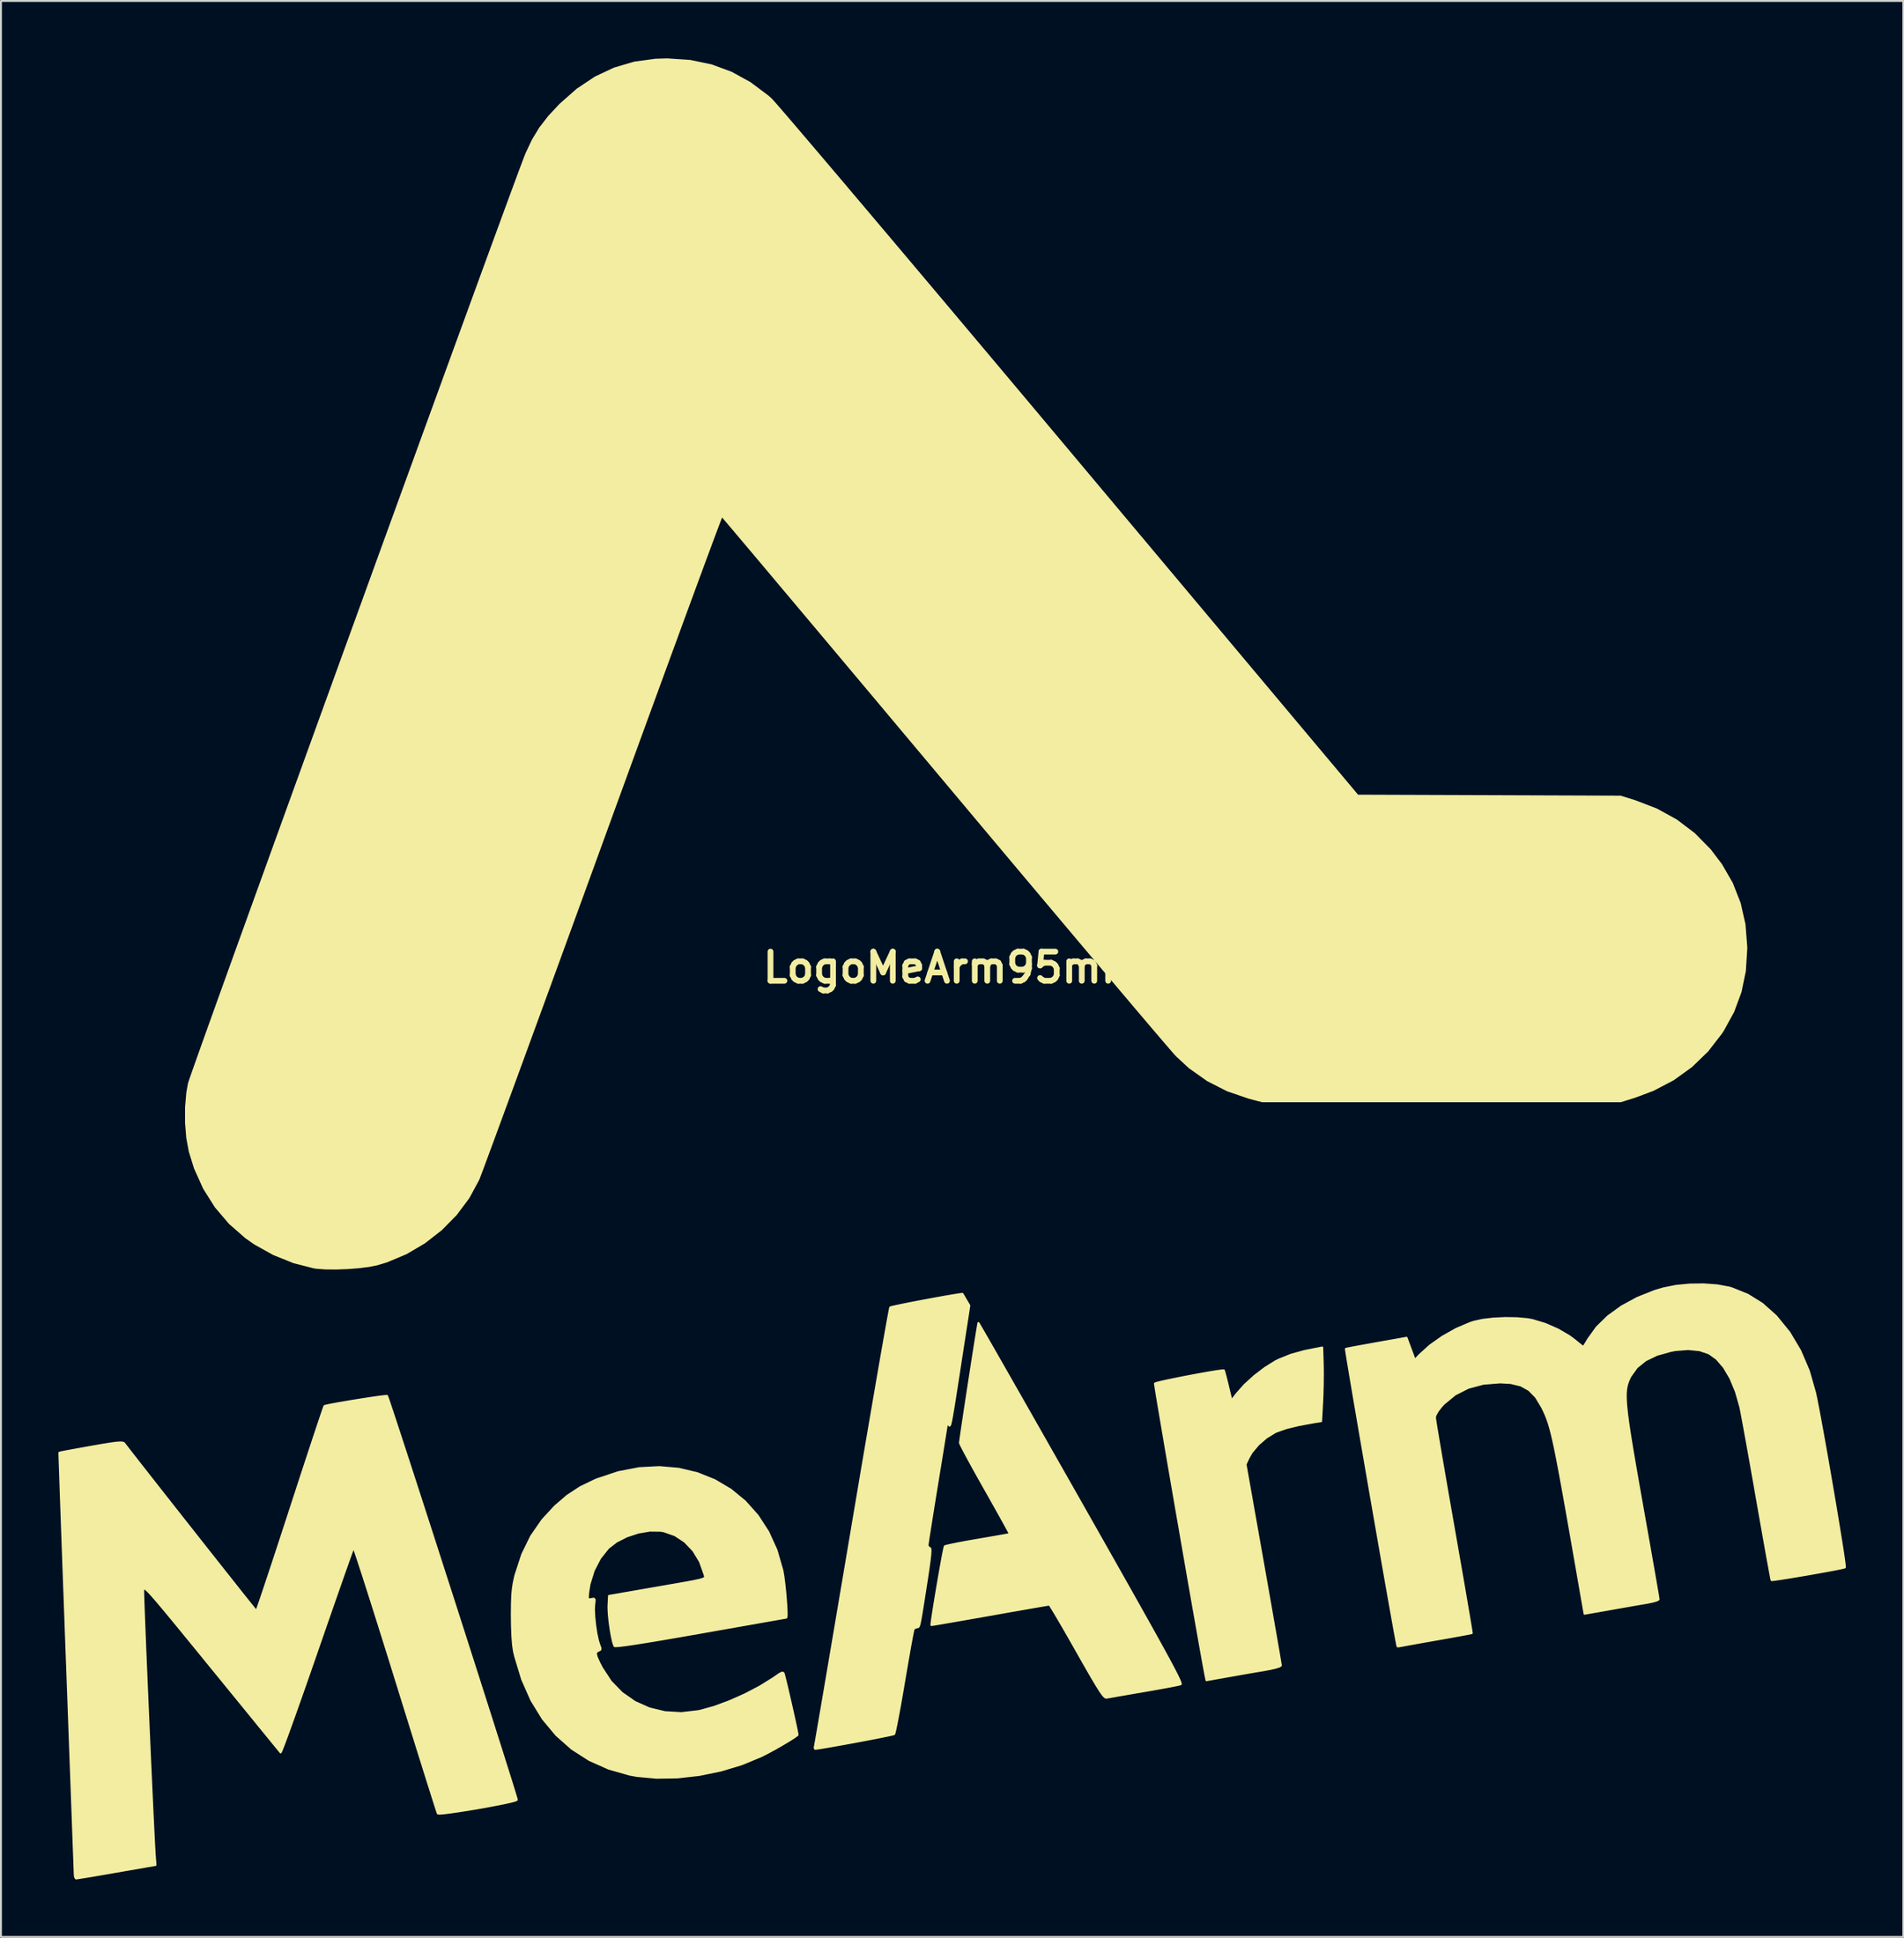
<source format=kicad_pcb>
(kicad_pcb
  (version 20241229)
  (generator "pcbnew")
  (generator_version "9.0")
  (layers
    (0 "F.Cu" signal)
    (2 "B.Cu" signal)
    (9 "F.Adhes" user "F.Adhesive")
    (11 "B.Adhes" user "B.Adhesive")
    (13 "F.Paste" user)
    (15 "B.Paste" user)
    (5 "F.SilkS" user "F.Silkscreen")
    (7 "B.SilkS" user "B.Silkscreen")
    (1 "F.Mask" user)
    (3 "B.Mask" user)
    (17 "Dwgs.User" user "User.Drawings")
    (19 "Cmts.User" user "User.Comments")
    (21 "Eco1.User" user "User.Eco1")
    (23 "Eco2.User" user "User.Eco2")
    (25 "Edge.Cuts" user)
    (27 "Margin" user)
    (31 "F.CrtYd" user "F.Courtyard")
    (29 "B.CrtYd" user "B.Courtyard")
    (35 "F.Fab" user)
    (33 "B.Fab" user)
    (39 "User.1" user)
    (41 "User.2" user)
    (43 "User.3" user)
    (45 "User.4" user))
  (footprint "LogoMeArm95mm"
    (layer "F.Cu")
    (at 46.662 47.492)
    (property "Reference" "LogoMeArm95mm" (at 0 0 0) (layer "F.SilkS") (effects (font (size 1.524 1.524) (thickness 0.3))))
    (attr through_hole)
    (fp_poly (pts (xy 19.38 21.213) (xy 19.374 21.774) (xy 19.359 22.336) (xy 19.344 22.663) (xy 19.288 23.695) (xy 18.936 23.75) (xy 18.116 23.9) (xy 17.457 24.062) (xy 16.961 24.236) (xy 16.87 24.279) (xy 16.42 24.558) (xy 16.001 24.923) (xy 15.663 25.327) (xy 15.509 25.592) (xy 15.341 25.95) (xy 16.263 31.157) (xy 16.425 32.075) (xy 16.578 32.945) (xy 16.72 33.751) (xy 16.847 34.479) (xy 16.958 35.116) (xy 17.05 35.646) (xy 17.12 36.055) (xy 17.166 36.329) (xy 17.186 36.453) (xy 17.186 36.458) (xy 17.108 36.511) (xy 16.894 36.578) (xy 16.575 36.649) (xy 16.32 36.696) (xy 15.87 36.772) (xy 15.33 36.865) (xy 14.774 36.963) (xy 14.376 37.033) (xy 13.3 37.226) (xy 13.254 37.007) (xy 13.215 36.804) (xy 13.151 36.46) (xy 13.066 35.987) (xy 12.961 35.402) (xy 12.84 34.717) (xy 12.704 33.947) (xy 12.556 33.106) (xy 12.399 32.21) (xy 12.236 31.271) (xy 12.068 30.305) (xy 11.898 29.325) (xy 11.728 28.347) (xy 11.562 27.383) (xy 11.401 26.45) (xy 11.248 25.56) (xy 11.106 24.728) (xy 10.977 23.969) (xy 10.863 23.297) (xy 10.767 22.726) (xy 10.691 22.27) (xy 10.639 21.944) (xy 10.611 21.762) (xy 10.608 21.728) (xy 10.693 21.694) (xy 10.916 21.637) (xy 11.246 21.564) (xy 11.654 21.479) (xy 12.111 21.388) (xy 12.586 21.297) (xy 13.049 21.211) (xy 13.473 21.137) (xy 13.825 21.08) (xy 14.078 21.045) (xy 14.201 21.038) (xy 14.207 21.04) (xy 14.236 21.127) (xy 14.294 21.34) (xy 14.371 21.644) (xy 14.418 21.839) (xy 14.605 22.616) (xy 14.885 22.251) (xy 15.291 21.795) (xy 15.801 21.331) (xy 16.359 20.905) (xy 16.907 20.564) (xy 17.06 20.486) (xy 17.706 20.226) (xy 18.412 20.029) (xy 18.542 20.002) (xy 19.346 19.845) (xy 19.374 20.739) (xy 19.38 21.213)) (stroke (width 0.1) (type solid)) (fill yes) (layer "F.SilkS"))
    (fp_poly (pts (xy 0.915 17.653) (xy 0.457 20.616) (xy 0.327 21.462) (xy 0.219 22.154) (xy 0.132 22.708) (xy 0.062 23.138) (xy 0.007 23.458) (xy -0.035 23.683) (xy -0.069 23.827) (xy -0.096 23.904) (xy -0.12 23.93) (xy -0.143 23.918) (xy -0.167 23.882) (xy -0.174 23.872) (xy -0.239 23.795) (xy -0.253 23.806) (xy -0.266 23.9) (xy -0.304 24.142) (xy -0.364 24.514) (xy -0.441 24.996) (xy -0.534 25.57) (xy -0.64 26.217) (xy -0.754 26.918) (xy -0.762 26.966) (xy -0.877 27.674) (xy -0.983 28.331) (xy -1.077 28.919) (xy -1.156 29.418) (xy -1.216 29.808) (xy -1.255 30.072) (xy -1.27 30.188) (xy -1.27 30.19) (xy -1.207 30.298) (xy -1.157 30.311) (xy -1.124 30.345) (xy -1.112 30.458) (xy -1.124 30.667) (xy -1.16 30.991) (xy -1.223 31.444) (xy -1.314 32.046) (xy -1.324 32.11) (xy -1.431 32.797) (xy -1.516 33.336) (xy -1.582 33.744) (xy -1.633 34.039) (xy -1.673 34.239) (xy -1.705 34.363) (xy -1.735 34.429) (xy -1.765 34.455) (xy -1.799 34.46) (xy -1.819 34.459) (xy -1.963 34.515) (xy -1.992 34.547) (xy -2.018 34.649) (xy -2.069 34.898) (xy -2.139 35.273) (xy -2.225 35.752) (xy -2.324 36.316) (xy -2.431 36.944) (xy -2.492 37.303) (xy -2.603 37.955) (xy -2.708 38.555) (xy -2.805 39.08) (xy -2.888 39.51) (xy -2.954 39.826) (xy -2.999 40.007) (xy -3.014 40.04) (xy -3.108 40.068) (xy -3.34 40.119) (xy -3.684 40.19) (xy -4.11 40.274) (xy -4.592 40.366) (xy -5.1 40.461) (xy -5.608 40.554) (xy -6.087 40.64) (xy -6.508 40.714) (xy -6.845 40.77) (xy -7.069 40.803) (xy -7.142 40.809) (xy -7.166 40.747) (xy -7.156 40.703) (xy -7.138 40.609) (xy -7.094 40.357) (xy -7.024 39.957) (xy -6.932 39.419) (xy -6.818 38.754) (xy -6.684 37.969) (xy -6.532 37.076) (xy -6.363 36.084) (xy -6.18 35.002) (xy -5.983 33.84) (xy -5.775 32.609) (xy -5.556 31.317) (xy -5.33 29.974) (xy -5.201 29.21) (xy -4.97 27.844) (xy -4.747 26.524) (xy -4.532 25.259) (xy -4.327 24.059) (xy -4.134 22.934) (xy -3.955 21.893) (xy -3.792 20.947) (xy -3.645 20.104) (xy -3.517 19.374) (xy -3.409 18.768) (xy -3.324 18.294) (xy -3.262 17.962) (xy -3.226 17.783) (xy -3.217 17.752) (xy -3.126 17.723) (xy -2.898 17.672) (xy -2.564 17.602) (xy -2.151 17.52) (xy -1.688 17.43) (xy -1.204 17.339) (xy -0.727 17.252) (xy -0.287 17.173) (xy 0.089 17.109) (xy 0.371 17.064) (xy 0.531 17.044) (xy 0.557 17.046) (xy 0.6 17.12) (xy 0.699 17.289) (xy 0.739 17.357) (xy 0.915 17.653)) (stroke (width 0.1) (type solid)) (fill yes) (layer "F.SilkS"))
    (fp_poly (pts (xy 11.959 37.421) (xy 11.95 37.438) (xy 11.828 37.469) (xy 11.565 37.523) (xy 11.19 37.594) (xy 10.727 37.678) (xy 10.205 37.77) (xy 10.033 37.799) (xy 9.495 37.891) (xy 9.007 37.976) (xy 8.595 38.047) (xy 8.286 38.102) (xy 8.109 38.134) (xy 8.086 38.139) (xy 8.029 38.131) (xy 7.955 38.076) (xy 7.857 37.96) (xy 7.725 37.769) (xy 7.55 37.49) (xy 7.323 37.108) (xy 7.035 36.611) (xy 6.678 35.984) (xy 6.531 35.724) (xy 6.199 35.14) (xy 5.892 34.605) (xy 5.621 34.137) (xy 5.395 33.754) (xy 5.225 33.472) (xy 5.121 33.309) (xy 5.092 33.275) (xy 4.999 33.29) (xy 4.758 33.331) (xy 4.388 33.394) (xy 3.909 33.478) (xy 3.338 33.578) (xy 2.695 33.691) (xy 1.998 33.814) (xy 1.99 33.816) (xy 1.295 33.938) (xy 0.656 34.051) (xy 0.09 34.149) (xy -0.384 34.231) (xy -0.747 34.293) (xy -0.981 34.332) (xy -1.067 34.344) (xy -1.067 34.344) (xy -1.062 34.252) (xy -1.031 34.022) (xy -0.98 33.681) (xy -0.913 33.257) (xy -0.834 32.778) (xy -0.749 32.272) (xy -0.662 31.767) (xy -0.578 31.29) (xy -0.502 30.87) (xy -0.438 30.534) (xy -0.391 30.311) (xy -0.367 30.228) (xy -0.265 30.196) (xy -0.023 30.141) (xy 0.333 30.069) (xy 0.777 29.986) (xy 1.281 29.898) (xy 1.355 29.885) (xy 1.861 29.798) (xy 2.307 29.721) (xy 2.666 29.657) (xy 2.914 29.612) (xy 3.025 29.59) (xy 3.028 29.589) (xy 2.994 29.514) (xy 2.885 29.311) (xy 2.712 28.995) (xy 2.485 28.586) (xy 2.213 28.1) (xy 1.906 27.555) (xy 1.737 27.257) (xy 1.414 26.684) (xy 1.12 26.156) (xy 0.865 25.69) (xy 0.658 25.307) (xy 0.511 25.023) (xy 0.433 24.859) (xy 0.423 24.828) (xy 0.436 24.721) (xy 0.471 24.472) (xy 0.524 24.103) (xy 0.594 23.638) (xy 0.675 23.099) (xy 0.765 22.508) (xy 0.86 21.888) (xy 0.957 21.26) (xy 1.052 20.649) (xy 1.141 20.076) (xy 1.222 19.563) (xy 1.291 19.133) (xy 1.344 18.81) (xy 1.378 18.614) (xy 1.388 18.565) (xy 1.432 18.635) (xy 1.553 18.843) (xy 1.749 19.182) (xy 2.013 19.641) (xy 2.34 20.213) (xy 2.726 20.889) (xy 3.166 21.661) (xy 3.655 22.518) (xy 4.187 23.453) (xy 4.758 24.458) (xy 5.363 25.523) (xy 5.997 26.639) (xy 6.655 27.798) (xy 6.748 27.963) (xy 7.545 29.368) (xy 8.261 30.633) (xy 8.9 31.765) (xy 9.467 32.77) (xy 9.964 33.655) (xy 10.396 34.427) (xy 10.767 35.094) (xy 11.079 35.661) (xy 11.338 36.135) (xy 11.545 36.524) (xy 11.707 36.834) (xy 11.825 37.072) (xy 11.904 37.245) (xy 11.947 37.359) (xy 11.959 37.421)) (stroke (width 0.1) (type solid)) (fill yes) (layer "F.SilkS"))
    (fp_poly (pts (xy -8.056 40.085) (xy -8.219 40.206) (xy -8.494 40.382) (xy -8.842 40.59) (xy -9.224 40.809) (xy -9.602 41.014) (xy -9.937 41.185) (xy -9.948 41.191) (xy -10.97 41.614) (xy -12.064 41.944) (xy -13.195 42.175) (xy -14.328 42.303) (xy -15.426 42.321) (xy -16.454 42.225) (xy -16.806 42.161) (xy -17.917 41.846) (xy -18.931 41.394) (xy -19.846 40.808) (xy -20.657 40.09) (xy -21.362 39.245) (xy -21.958 38.276) (xy -22.44 37.187) (xy -22.807 35.981) (xy -22.874 35.687) (xy -22.919 35.384) (xy -22.953 34.95) (xy -22.975 34.423) (xy -22.983 33.84) (xy -22.983 33.824) (xy -22.978 33.262) (xy -22.963 32.825) (xy -22.933 32.471) (xy -22.885 32.155) (xy -22.815 31.833) (xy -22.784 31.713) (xy -22.437 30.652) (xy -21.974 29.704) (xy -21.383 28.85) (xy -20.729 28.141) (xy -20.081 27.585) (xy -19.401 27.14) (xy -18.625 26.766) (xy -18.517 26.722) (xy -17.416 26.356) (xy -16.332 26.148) (xy -15.275 26.092) (xy -14.257 26.181) (xy -13.289 26.411) (xy -12.383 26.776) (xy -11.548 27.27) (xy -10.797 27.888) (xy -10.14 28.625) (xy -9.589 29.474) (xy -9.155 30.431) (xy -8.849 31.489) (xy -8.841 31.528) (xy -8.796 31.791) (xy -8.751 32.137) (xy -8.708 32.528) (xy -8.672 32.932) (xy -8.644 33.311) (xy -8.628 33.631) (xy -8.626 33.857) (xy -8.642 33.954) (xy -8.644 33.956) (xy -8.732 33.971) (xy -8.97 34.013) (xy -9.345 34.079) (xy -9.84 34.166) (xy -10.44 34.272) (xy -11.129 34.394) (xy -11.893 34.528) (xy -12.715 34.674) (xy -13.123 34.746) (xy -14.237 34.941) (xy -15.187 35.104) (xy -15.976 35.235) (xy -16.608 35.335) (xy -17.085 35.404) (xy -17.41 35.442) (xy -17.586 35.45) (xy -17.621 35.44) (xy -17.686 35.258) (xy -17.756 34.953) (xy -17.822 34.573) (xy -17.879 34.165) (xy -17.918 33.776) (xy -17.934 33.453) (xy -17.933 33.355) (xy -17.907 32.82) (xy -15.579 32.415) (xy -14.831 32.285) (xy -14.234 32.181) (xy -13.771 32.098) (xy -13.425 32.032) (xy -13.181 31.979) (xy -13.022 31.933) (xy -12.931 31.891) (xy -12.892 31.848) (xy -12.89 31.799) (xy -12.907 31.74) (xy -12.923 31.685) (xy -13.155 31.029) (xy -13.502 30.458) (xy -13.946 29.991) (xy -14.466 29.648) (xy -15.044 29.446) (xy -15.207 29.418) (xy -15.77 29.411) (xy -16.379 29.516) (xy -16.981 29.715) (xy -17.524 29.992) (xy -17.947 30.321) (xy -18.37 30.853) (xy -18.701 31.494) (xy -18.92 32.2) (xy -18.988 32.625) (xy -19.009 32.868) (xy -18.992 32.981) (xy -18.921 33.002) (xy -18.827 32.982) (xy -18.699 32.962) (xy -18.652 33.014) (xy -18.664 33.18) (xy -18.677 33.262) (xy -18.691 33.542) (xy -18.671 33.928) (xy -18.625 34.365) (xy -18.559 34.794) (xy -18.48 35.158) (xy -18.416 35.36) (xy -18.347 35.548) (xy -18.361 35.639) (xy -18.465 35.689) (xy -18.467 35.69) (xy -18.562 35.745) (xy -18.589 35.847) (xy -18.544 36.023) (xy -18.42 36.298) (xy -18.277 36.576) (xy -17.81 37.291) (xy -17.231 37.887) (xy -16.557 38.357) (xy -15.804 38.695) (xy -14.989 38.892) (xy -14.127 38.943) (xy -13.234 38.839) (xy -13.151 38.822) (xy -12.419 38.619) (xy -11.618 38.323) (xy -10.801 37.96) (xy -10.023 37.552) (xy -9.336 37.125) (xy -9.224 37.047) (xy -8.993 36.888) (xy -8.861 36.825) (xy -8.796 36.847) (xy -8.774 36.897) (xy -8.714 37.131) (xy -8.632 37.465) (xy -8.537 37.868) (xy -8.435 38.311) (xy -8.332 38.762) (xy -8.237 39.191) (xy -8.155 39.567) (xy -8.094 39.861) (xy -8.06 40.042) (xy -8.056 40.085)) (stroke (width 0.1) (type solid)) (fill yes) (layer "F.SilkS"))
    (fp_poly (pts (xy 41.493 -0.974) (xy 41.419 0.181) (xy 41.194 1.266) (xy 40.814 2.294) (xy 40.274 3.278) (xy 40.187 3.412) (xy 39.464 4.347) (xy 38.627 5.157) (xy 37.681 5.84) (xy 36.629 6.392) (xy 35.669 6.752) (xy 34.925 6.985) (xy 25.569 6.985) (xy 16.214 6.985) (xy 15.515 6.799) (xy 14.395 6.415) (xy 13.36 5.888) (xy 12.417 5.221) (xy 11.738 4.593) (xy 11.623 4.465) (xy 11.404 4.213) (xy 11.087 3.844) (xy 10.678 3.365) (xy 10.181 2.781) (xy 9.602 2.099) (xy 8.948 1.325) (xy 8.221 0.465) (xy 7.43 -0.473) (xy 6.577 -1.484) (xy 5.67 -2.561) (xy 4.713 -3.698) (xy 3.712 -4.888) (xy 2.672 -6.126) (xy 1.598 -7.405) (xy 0.497 -8.718) (xy -0.428 -9.821) (xy -1.541 -11.148) (xy -2.625 -12.44) (xy -3.674 -13.692) (xy -4.686 -14.897) (xy -5.653 -16.049) (xy -6.571 -17.143) (xy -7.436 -18.172) (xy -8.242 -19.131) (xy -8.984 -20.013) (xy -9.656 -20.813) (xy -10.255 -21.525) (xy -10.775 -22.142) (xy -11.211 -22.658) (xy -11.558 -23.068) (xy -11.81 -23.366) (xy -11.964 -23.545) (xy -12.013 -23.6) (xy -12.047 -23.524) (xy -12.135 -23.296) (xy -12.276 -22.923) (xy -12.467 -22.413) (xy -12.705 -21.772) (xy -12.988 -21.009) (xy -13.312 -20.13) (xy -13.675 -19.143) (xy -14.075 -18.055) (xy -14.508 -16.872) (xy -14.973 -15.604) (xy -15.466 -14.256) (xy -15.985 -12.836) (xy -16.527 -11.351) (xy -17.089 -9.809) (xy -17.67 -8.216) (xy -18.265 -6.58) (xy -18.28 -6.54) (xy -18.878 -4.895) (xy -19.463 -3.289) (xy -20.032 -1.728) (xy -20.582 -0.22) (xy -21.11 1.227) (xy -21.614 2.605) (xy -22.09 3.907) (xy -22.536 5.126) (xy -22.949 6.253) (xy -23.326 7.281) (xy -23.665 8.204) (xy -23.962 9.012) (xy -24.216 9.698) (xy -24.422 10.256) (xy -24.579 10.676) (xy -24.684 10.953) (xy -24.733 11.076) (xy -25.243 12.018) (xy -25.894 12.89) (xy -26.667 13.676) (xy -27.541 14.359) (xy -28.497 14.923) (xy -29.515 15.351) (xy -30.014 15.502) (xy -30.443 15.588) (xy -30.98 15.655) (xy -31.573 15.701) (xy -32.171 15.722) (xy -32.723 15.717) (xy -33.177 15.683) (xy -33.303 15.665) (xy -34.364 15.394) (xy -35.408 14.976) (xy -36.39 14.43) (xy -36.868 14.097) (xy -37.716 13.354) (xy -38.449 12.494) (xy -39.057 11.529) (xy -39.532 10.474) (xy -39.801 9.61) (xy -39.932 8.903) (xy -39.998 8.109) (xy -39.997 7.294) (xy -39.93 6.524) (xy -39.845 6.055) (xy -39.806 5.933) (xy -39.713 5.661) (xy -39.566 5.244) (xy -39.37 4.691) (xy -39.127 4.009) (xy -38.84 3.206) (xy -38.511 2.289) (xy -38.144 1.267) (xy -37.74 0.145) (xy -37.304 -1.067) (xy -36.836 -2.362) (xy -36.341 -3.734) (xy -35.821 -5.173) (xy -35.279 -6.673) (xy -34.717 -8.227) (xy -34.138 -9.825) (xy -33.545 -11.462) (xy -32.941 -13.129) (xy -32.329 -14.818) (xy -31.711 -16.523) (xy -31.089 -18.236) (xy -30.468 -19.948) (xy -29.849 -21.653) (xy -29.235 -23.343) (xy -28.629 -25.01) (xy -28.033 -26.647) (xy -27.452 -28.246) (xy -26.886 -29.799) (xy -26.34 -31.3) (xy -25.815 -32.74) (xy -25.314 -34.112) (xy -24.841 -35.408) (xy -24.398 -36.621) (xy -23.987 -37.743) (xy -23.612 -38.767) (xy -23.275 -39.684) (xy -22.979 -40.489) (xy -22.727 -41.171) (xy -22.521 -41.726) (xy -22.364 -42.143) (xy -22.259 -42.417) (xy -22.22 -42.515) (xy -21.886 -43.224) (xy -21.503 -43.855) (xy -21.037 -44.457) (xy -20.452 -45.083) (xy -20.45 -45.085) (xy -19.556 -45.873) (xy -18.616 -46.499) (xy -17.625 -46.964) (xy -16.578 -47.272) (xy -15.47 -47.424) (xy -14.859 -47.442) (xy -13.674 -47.362) (xy -12.565 -47.132) (xy -11.524 -46.749) (xy -10.542 -46.209) (xy -9.61 -45.51) (xy -9.463 -45.38) (xy -9.367 -45.279) (xy -9.168 -45.054) (xy -8.869 -44.709) (xy -8.475 -44.251) (xy -7.991 -43.684) (xy -7.421 -43.015) (xy -6.769 -42.248) (xy -6.04 -41.389) (xy -5.24 -40.443) (xy -4.371 -39.416) (xy -3.439 -38.313) (xy -2.449 -37.14) (xy -1.405 -35.901) (xy -0.311 -34.603) (xy 0.827 -33.25) (xy 2.006 -31.849) (xy 3.221 -30.403) (xy 4.467 -28.92) (xy 5.739 -27.404) (xy 6.108 -26.964) (xy 21.193 -8.981) (xy 28.059 -8.956) (xy 34.925 -8.93) (xy 35.669 -8.698) (xy 36.808 -8.26) (xy 37.842 -7.689) (xy 38.769 -6.986) (xy 39.591 -6.151) (xy 40.18 -5.376) (xy 40.743 -4.399) (xy 41.149 -3.363) (xy 41.399 -2.265) (xy 41.492 -1.1) (xy 41.493 -0.974)) (stroke (width 0.1) (type solid)) (fill yes) (layer "F.SilkS"))
    (fp_poly (pts (xy -22.719 43.475) (xy -22.808 43.517) (xy -23.036 43.578) (xy -23.375 43.653) (xy -23.798 43.738) (xy -24.277 43.828) (xy -24.783 43.918) (xy -25.29 44.002) (xy -25.768 44.078) (xy -26.191 44.138) (xy -26.53 44.18) (xy -26.757 44.197) (xy -26.845 44.187) (xy -26.877 44.095) (xy -26.956 43.854) (xy -27.077 43.474) (xy -27.237 42.968) (xy -27.433 42.348) (xy -27.659 41.626) (xy -27.914 40.814) (xy -28.192 39.922) (xy -28.49 38.964) (xy -28.805 37.952) (xy -29.048 37.17) (xy -29.372 36.128) (xy -29.683 35.135) (xy -29.976 34.202) (xy -30.248 33.341) (xy -30.495 32.564) (xy -30.714 31.881) (xy -30.901 31.306) (xy -31.051 30.848) (xy -31.162 30.521) (xy -31.23 30.335) (xy -31.25 30.295) (xy -31.286 30.383) (xy -31.372 30.618) (xy -31.504 30.986) (xy -31.677 31.474) (xy -31.886 32.07) (xy -32.127 32.759) (xy -32.396 33.528) (xy -32.687 34.365) (xy -32.995 35.255) (xy -33.152 35.708) (xy -33.467 36.615) (xy -33.766 37.473) (xy -34.046 38.268) (xy -34.301 38.986) (xy -34.527 39.615) (xy -34.718 40.143) (xy -34.872 40.555) (xy -34.982 40.84) (xy -35.044 40.984) (xy -35.056 40.999) (xy -35.117 40.924) (xy -35.276 40.729) (xy -35.525 40.425) (xy -35.853 40.022) (xy -36.253 39.533) (xy -36.714 38.966) (xy -37.229 38.335) (xy -37.788 37.649) (xy -38.382 36.92) (xy -38.658 36.583) (xy -39.36 35.721) (xy -39.963 34.983) (xy -40.474 34.358) (xy -40.902 33.839) (xy -41.253 33.416) (xy -41.535 33.082) (xy -41.756 32.828) (xy -41.924 32.644) (xy -42.046 32.523) (xy -42.129 32.456) (xy -42.182 32.434) (xy -42.212 32.448) (xy -42.227 32.49) (xy -42.233 32.54) (xy -42.232 32.663) (xy -42.225 32.938) (xy -42.21 33.352) (xy -42.19 33.887) (xy -42.165 34.529) (xy -42.136 35.262) (xy -42.102 36.069) (xy -42.066 36.935) (xy -42.027 37.845) (xy -41.986 38.783) (xy -41.944 39.733) (xy -41.902 40.679) (xy -41.861 41.606) (xy -41.82 42.498) (xy -41.781 43.339) (xy -41.745 44.113) (xy -41.711 44.806) (xy -41.682 45.4) (xy -41.657 45.881) (xy -41.637 46.233) (xy -41.625 46.404) (xy -41.59 46.876) (xy -43.634 47.231) (xy -44.202 47.33) (xy -44.715 47.417) (xy -45.149 47.491) (xy -45.48 47.545) (xy -45.685 47.578) (xy -45.741 47.585) (xy -45.793 47.511) (xy -45.809 47.392) (xy -45.813 47.285) (xy -45.822 47.02) (xy -45.837 46.605) (xy -45.858 46.052) (xy -45.883 45.37) (xy -45.912 44.57) (xy -45.945 43.663) (xy -45.982 42.657) (xy -46.023 41.564) (xy -46.066 40.393) (xy -46.111 39.155) (xy -46.159 37.861) (xy -46.209 36.519) (xy -46.218 36.28) (xy -46.268 34.935) (xy -46.315 33.637) (xy -46.361 32.396) (xy -46.404 31.223) (xy -46.444 30.128) (xy -46.48 29.119) (xy -46.513 28.208) (xy -46.542 27.404) (xy -46.566 26.717) (xy -46.585 26.158) (xy -46.6 25.736) (xy -46.609 25.461) (xy -46.612 25.343) (xy -46.611 25.339) (xy -46.529 25.32) (xy -46.305 25.276) (xy -45.965 25.212) (xy -45.534 25.133) (xy -45.038 25.044) (xy -44.958 25.03) (xy -44.379 24.929) (xy -43.946 24.859) (xy -43.637 24.818) (xy -43.429 24.803) (xy -43.303 24.812) (xy -43.236 24.843) (xy -43.226 24.854) (xy -43.029 25.109) (xy -42.754 25.463) (xy -42.412 25.901) (xy -42.013 26.41) (xy -41.568 26.978) (xy -41.087 27.59) (xy -40.58 28.234) (xy -40.059 28.896) (xy -39.533 29.563) (xy -39.013 30.222) (xy -38.51 30.859) (xy -38.034 31.461) (xy -37.595 32.015) (xy -37.205 32.508) (xy -36.873 32.925) (xy -36.609 33.255) (xy -36.426 33.483) (xy -36.332 33.597) (xy -36.322 33.607) (xy -36.289 33.529) (xy -36.209 33.303) (xy -36.085 32.943) (xy -35.923 32.461) (xy -35.726 31.871) (xy -35.499 31.186) (xy -35.246 30.419) (xy -34.973 29.584) (xy -34.682 28.694) (xy -34.544 28.269) (xy -34.247 27.357) (xy -33.965 26.493) (xy -33.702 25.691) (xy -33.463 24.965) (xy -33.251 24.326) (xy -33.072 23.789) (xy -32.93 23.367) (xy -32.83 23.074) (xy -32.775 22.922) (xy -32.766 22.904) (xy -32.655 22.872) (xy -32.414 22.822) (xy -32.072 22.759) (xy -31.662 22.688) (xy -31.215 22.613) (xy -30.763 22.541) (xy -30.336 22.475) (xy -29.966 22.422) (xy -29.685 22.386) (xy -29.523 22.372) (xy -29.498 22.375) (xy -29.463 22.463) (xy -29.381 22.701) (xy -29.255 23.076) (xy -29.089 23.579) (xy -28.886 24.196) (xy -28.651 24.916) (xy -28.386 25.728) (xy -28.097 26.62) (xy -27.786 27.58) (xy -27.457 28.598) (xy -27.113 29.661) (xy -26.76 30.758) (xy -26.4 31.877) (xy -26.036 33.007) (xy -25.674 34.136) (xy -25.316 35.253) (xy -24.966 36.346) (xy -24.628 37.403) (xy -24.306 38.413) (xy -24.003 39.364) (xy -23.723 40.245) (xy -23.469 41.045) (xy -23.247 41.751) (xy -23.058 42.352) (xy -22.907 42.836) (xy -22.798 43.193) (xy -22.734 43.409) (xy -22.719 43.475)) (stroke (width 0.1) (type solid)) (fill yes) (layer "F.SilkS"))
    (fp_poly (pts (xy 46.644 31.316) (xy 46.641 31.332) (xy 46.537 31.361) (xy 46.298 31.412) (xy 45.954 31.479) (xy 45.533 31.556) (xy 45.063 31.64) (xy 44.573 31.726) (xy 44.092 31.807) (xy 43.649 31.88) (xy 43.273 31.939) (xy 42.991 31.98) (xy 42.834 31.997) (xy 42.811 31.995) (xy 42.791 31.908) (xy 42.746 31.669) (xy 42.677 31.296) (xy 42.587 30.803) (xy 42.481 30.206) (xy 42.359 29.522) (xy 42.225 28.767) (xy 42.083 27.955) (xy 42.043 27.728) (xy 41.895 26.883) (xy 41.751 26.072) (xy 41.616 25.314) (xy 41.492 24.628) (xy 41.384 24.031) (xy 41.293 23.543) (xy 41.225 23.182) (xy 41.181 22.966) (xy 41.177 22.947) (xy 40.951 22.154) (xy 40.663 21.46) (xy 40.324 20.883) (xy 39.944 20.44) (xy 39.545 20.154) (xy 39.051 19.986) (xy 38.456 19.928) (xy 37.791 19.98) (xy 37.555 20.024) (xy 36.82 20.23) (xy 36.23 20.516) (xy 35.774 20.887) (xy 35.442 21.35) (xy 35.369 21.501) (xy 35.303 21.665) (xy 35.252 21.837) (xy 35.217 22.032) (xy 35.2 22.261) (xy 35.201 22.539) (xy 35.222 22.878) (xy 35.265 23.291) (xy 35.331 23.792) (xy 35.421 24.394) (xy 35.537 25.109) (xy 35.68 25.951) (xy 35.851 26.934) (xy 36.052 28.069) (xy 36.054 28.082) (xy 36.211 28.966) (xy 36.359 29.801) (xy 36.495 30.571) (xy 36.616 31.262) (xy 36.72 31.858) (xy 36.805 32.346) (xy 36.867 32.709) (xy 36.904 32.932) (xy 36.915 33.002) (xy 36.838 33.054) (xy 36.637 33.115) (xy 36.353 33.174) (xy 36.343 33.176) (xy 36.057 33.225) (xy 35.649 33.295) (xy 35.165 33.38) (xy 34.65 33.47) (xy 34.408 33.513) (xy 33.045 33.754) (xy 32.601 31.207) (xy 32.379 29.936) (xy 32.183 28.821) (xy 32.011 27.848) (xy 31.859 27.007) (xy 31.726 26.284) (xy 31.608 25.669) (xy 31.504 25.148) (xy 31.41 24.711) (xy 31.324 24.345) (xy 31.243 24.038) (xy 31.165 23.778) (xy 31.087 23.553) (xy 31.006 23.352) (xy 30.921 23.162) (xy 30.828 22.971) (xy 30.814 22.945) (xy 30.505 22.436) (xy 30.148 22.069) (xy 29.719 21.829) (xy 29.19 21.701) (xy 28.633 21.669) (xy 27.758 21.74) (xy 26.974 21.951) (xy 26.286 22.3) (xy 25.695 22.787) (xy 25.568 22.924) (xy 25.386 23.16) (xy 25.263 23.375) (xy 25.231 23.49) (xy 25.245 23.603) (xy 25.286 23.869) (xy 25.352 24.272) (xy 25.441 24.8) (xy 25.549 25.437) (xy 25.674 26.169) (xy 25.814 26.982) (xy 25.967 27.861) (xy 26.13 28.793) (xy 26.203 29.209) (xy 26.368 30.154) (xy 26.524 31.048) (xy 26.669 31.878) (xy 26.799 32.631) (xy 26.912 33.292) (xy 27.007 33.848) (xy 27.08 34.284) (xy 27.13 34.588) (xy 27.153 34.745) (xy 27.155 34.765) (xy 27.069 34.785) (xy 26.842 34.829) (xy 26.497 34.893) (xy 26.06 34.972) (xy 25.556 35.062) (xy 25.399 35.089) (xy 24.867 35.183) (xy 24.382 35.269) (xy 23.972 35.343) (xy 23.666 35.399) (xy 23.492 35.432) (xy 23.474 35.436) (xy 23.323 35.461) (xy 23.276 35.456) (xy 23.251 35.345) (xy 23.202 35.083) (xy 23.129 34.686) (xy 23.035 34.167) (xy 22.923 33.54) (xy 22.795 32.819) (xy 22.654 32.019) (xy 22.502 31.154) (xy 22.342 30.237) (xy 22.176 29.283) (xy 22.006 28.306) (xy 21.834 27.32) (xy 21.665 26.34) (xy 21.499 25.379) (xy 21.339 24.451) (xy 21.188 23.571) (xy 21.048 22.753) (xy 20.922 22.01) (xy 20.812 21.358) (xy 20.72 20.81) (xy 20.649 20.38) (xy 20.602 20.082) (xy 20.581 19.931) (xy 20.58 19.915) (xy 20.676 19.893) (xy 20.913 19.847) (xy 21.261 19.782) (xy 21.696 19.703) (xy 22.189 19.614) (xy 22.191 19.614) (xy 23.749 19.336) (xy 23.964 19.915) (xy 24.179 20.493) (xy 24.43 20.228) (xy 24.971 19.739) (xy 25.627 19.276) (xy 26.342 18.874) (xy 27.062 18.567) (xy 27.263 18.501) (xy 27.723 18.399) (xy 28.291 18.333) (xy 28.909 18.304) (xy 29.52 18.314) (xy 30.066 18.364) (xy 30.314 18.409) (xy 30.987 18.611) (xy 31.653 18.902) (xy 32.251 19.251) (xy 32.542 19.469) (xy 32.759 19.646) (xy 32.917 19.77) (xy 32.979 19.812) (xy 33.031 19.745) (xy 33.139 19.573) (xy 33.234 19.41) (xy 33.679 18.79) (xy 34.269 18.214) (xy 34.983 17.697) (xy 35.801 17.253) (xy 36.7 16.895) (xy 37.169 16.755) (xy 37.82 16.625) (xy 38.541 16.556) (xy 39.28 16.547) (xy 39.982 16.599) (xy 40.593 16.712) (xy 40.725 16.749) (xy 41.566 17.088) (xy 42.326 17.562) (xy 43.029 18.187) (xy 43.069 18.23) (xy 43.744 19.06) (xy 44.31 20.011) (xy 44.761 21.069) (xy 45.088 22.217) (xy 45.09 22.225) (xy 45.162 22.572) (xy 45.252 23.033) (xy 45.357 23.591) (xy 45.473 24.227) (xy 45.598 24.924) (xy 45.729 25.662) (xy 45.861 26.423) (xy 45.993 27.19) (xy 46.121 27.943) (xy 46.242 28.665) (xy 46.352 29.338) (xy 46.45 29.942) (xy 46.531 30.461) (xy 46.592 30.874) (xy 46.631 31.166) (xy 46.644 31.316)) (stroke (width 0.1) (type solid)) (fill yes) (layer "F.SilkS")))
  (gr_rect
    (start -3 -3)
    (end 96.355 98.127)
    (stroke (width 0.1) (type default))
    (fill no)
    (layer "Edge.Cuts")))
</source>
